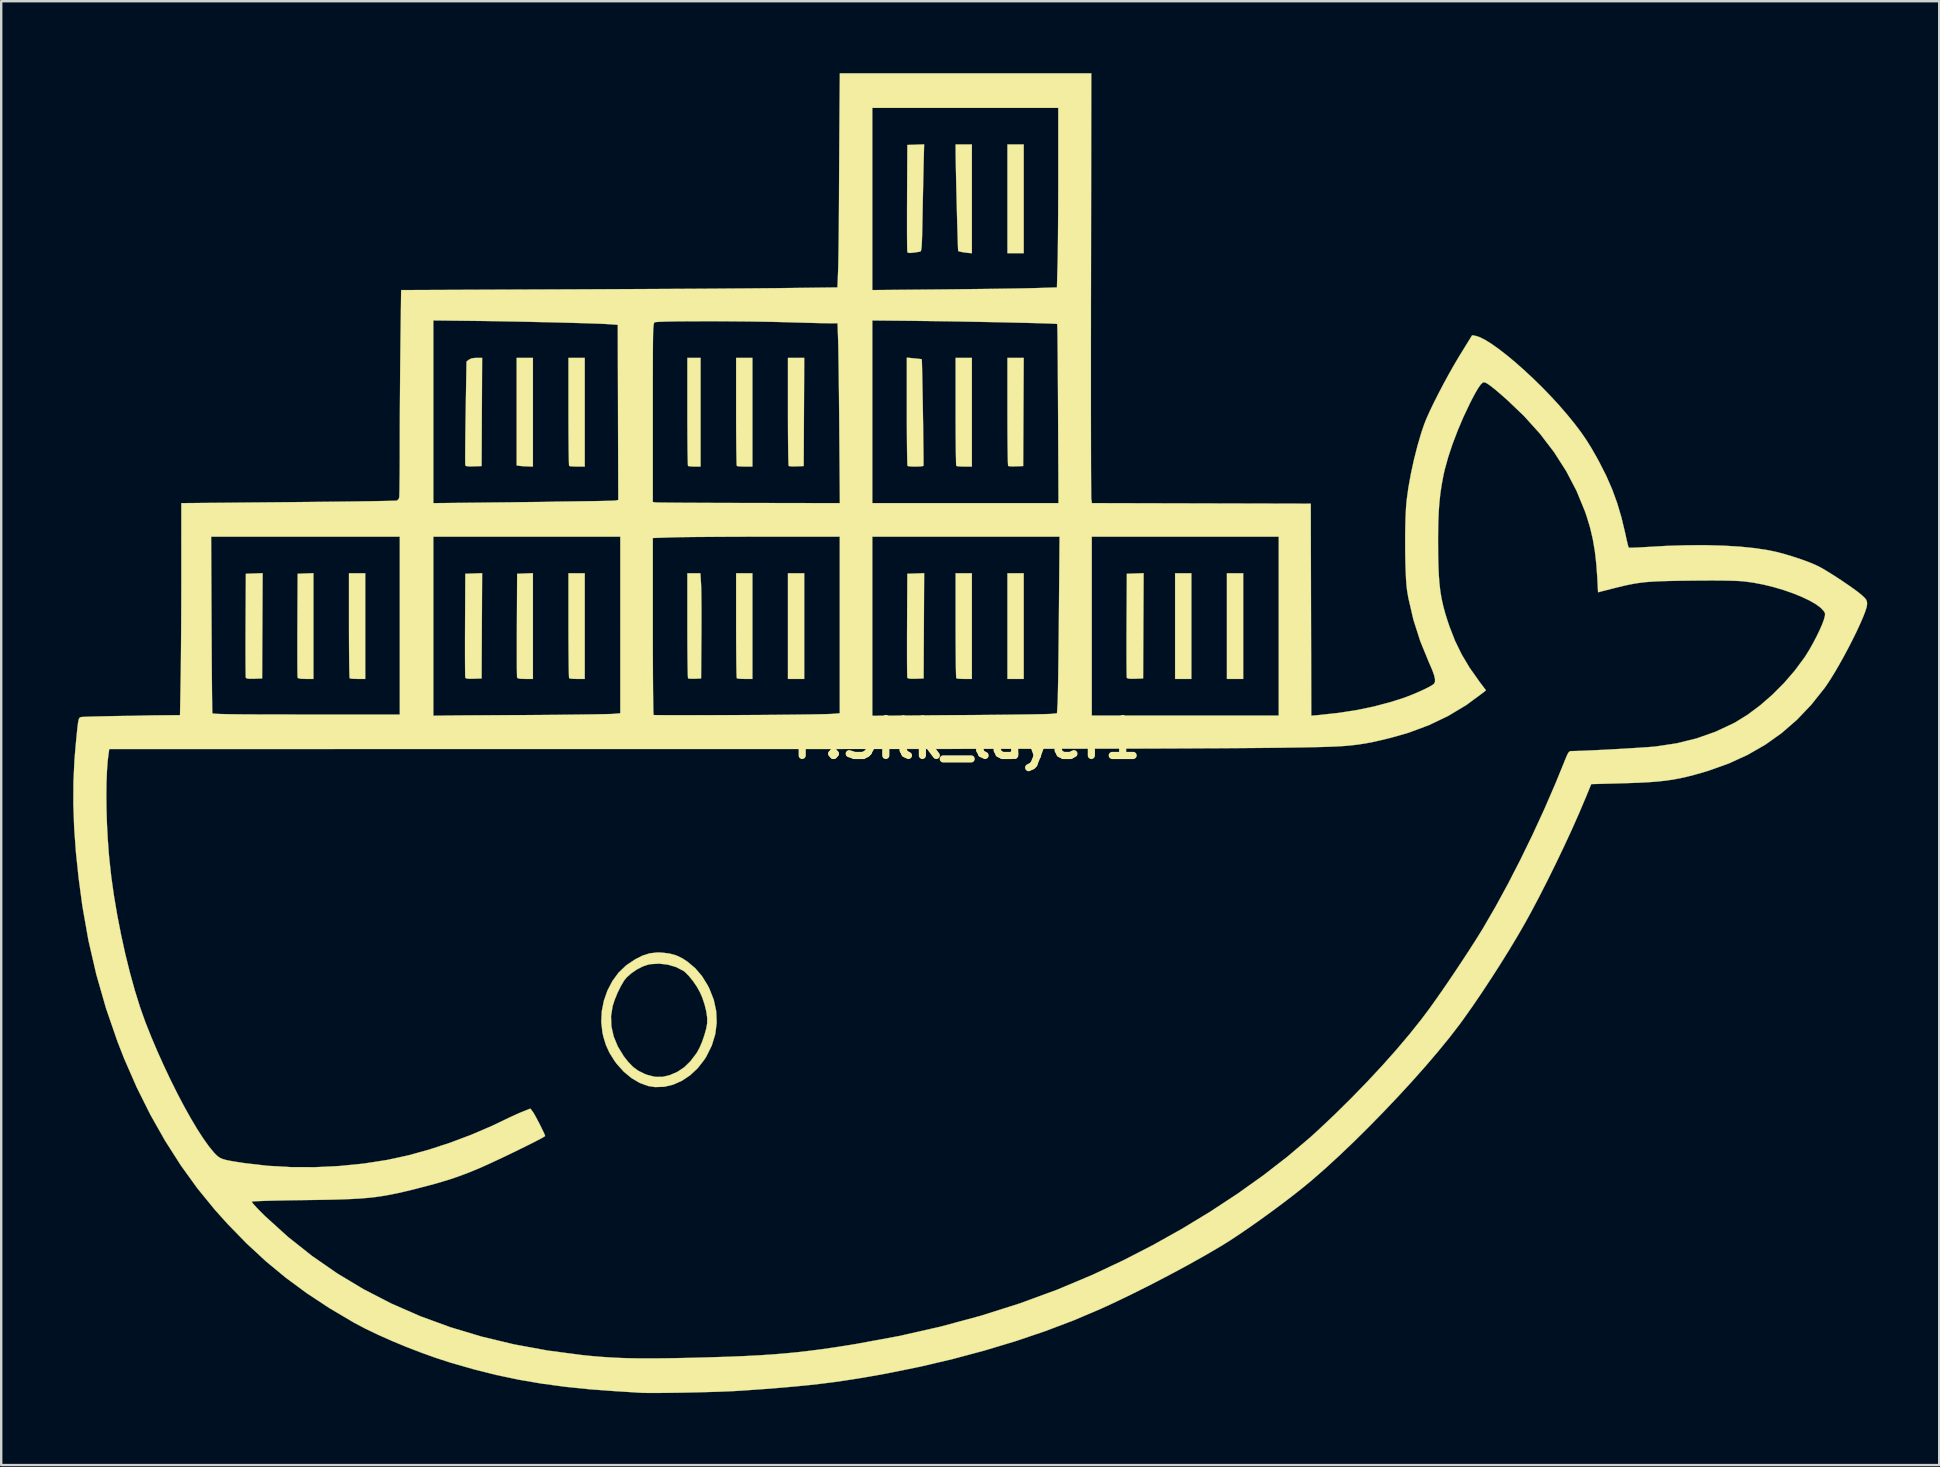
<source format=kicad_pcb>
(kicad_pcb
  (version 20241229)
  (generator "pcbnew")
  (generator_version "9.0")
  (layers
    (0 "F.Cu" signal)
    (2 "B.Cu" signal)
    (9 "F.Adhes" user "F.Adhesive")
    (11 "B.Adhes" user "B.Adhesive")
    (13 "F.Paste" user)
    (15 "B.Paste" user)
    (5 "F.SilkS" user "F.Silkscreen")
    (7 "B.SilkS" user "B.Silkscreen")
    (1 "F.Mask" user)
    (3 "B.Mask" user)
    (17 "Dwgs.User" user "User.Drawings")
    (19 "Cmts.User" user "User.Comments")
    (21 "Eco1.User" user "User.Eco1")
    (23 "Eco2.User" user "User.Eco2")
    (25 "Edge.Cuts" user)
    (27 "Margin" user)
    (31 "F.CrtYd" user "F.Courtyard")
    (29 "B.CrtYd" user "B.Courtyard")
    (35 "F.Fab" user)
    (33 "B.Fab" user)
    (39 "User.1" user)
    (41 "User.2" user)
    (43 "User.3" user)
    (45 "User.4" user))
  (footprint "F.Silk_layer1"
    (layer "F.Cu")
    (at 37.228 27.733)
    (property "Reference" "F.Silk_layer1" (at 0 0 0) (layer "F.SilkS") (effects (font (size 1.524 1.524) (thickness 0.3))))
    (attr through_hole)
    (fp_poly (pts (xy -6.773 -2.498) (xy -7.451 -2.498) (xy -7.451 -6.9) (xy -6.773 -6.9) (xy -6.773 -2.498)) (stroke (width 0.01) (type solid)) (fill yes) (layer "F.SilkS"))
    (fp_poly (pts (xy 2.371 -20.235) (xy 1.693 -20.235) (xy 1.693 -24.765) (xy 2.371 -24.765) (xy 2.371 -20.235)) (stroke (width 0.01) (type solid)) (fill yes) (layer "F.SilkS"))
    (fp_poly (pts (xy 2.371 -2.498) (xy 1.693 -2.498) (xy 1.693 -6.9) (xy 2.371 -6.9) (xy 2.371 -2.498)) (stroke (width 0.01) (type solid)) (fill yes) (layer "F.SilkS"))
    (fp_poly (pts (xy 9.356 -2.498) (xy 8.678 -2.498) (xy 8.678 -6.9) (xy 9.356 -6.9) (xy 9.356 -2.498)) (stroke (width 0.01) (type solid)) (fill yes) (layer "F.SilkS"))
    (fp_poly (pts (xy 11.515 -2.498) (xy 10.837 -2.498) (xy 10.837 -6.9) (xy 11.515 -6.9) (xy 11.515 -2.498)) (stroke (width 0.01) (type solid)) (fill yes) (layer "F.SilkS"))
    (fp_poly (pts (xy -18.076 -11.345) (xy -18.299 -11.352) (xy -18.452 -11.359) (xy -18.589 -11.37) (xy -18.637 -11.376) (xy -18.754 -11.393) (xy -18.754 -15.875) (xy -18.076 -15.875) (xy -18.076 -11.345)) (stroke (width 0.01) (type solid)) (fill yes) (layer "F.SilkS"))
    (fp_poly (pts (xy -11.091 -11.345) (xy -11.338 -11.345) (xy -11.476 -11.35) (xy -11.577 -11.361) (xy -11.613 -11.374) (xy -11.619 -11.42) (xy -11.624 -11.543) (xy -11.628 -11.735) (xy -11.633 -11.988) (xy -11.636 -12.294) (xy -11.639 -12.645) (xy -11.641 -13.033) (xy -11.642 -13.45) (xy -11.642 -13.638) (xy -11.642 -15.875) (xy -11.091 -15.875) (xy -11.091 -11.345)) (stroke (width 0.01) (type solid)) (fill yes) (layer "F.SilkS"))
    (fp_poly (pts (xy -27.22 -2.498) (xy -27.539 -2.498) (xy -27.732 -2.504) (xy -27.845 -2.525) (xy -27.878 -2.551) (xy -27.882 -2.602) (xy -27.885 -2.73) (xy -27.888 -2.926) (xy -27.889 -3.182) (xy -27.89 -3.49) (xy -27.89 -3.842) (xy -27.89 -4.228) (xy -27.888 -4.641) (xy -27.888 -4.741) (xy -27.877 -6.879) (xy -27.548 -6.892) (xy -27.22 -6.904) (xy -27.22 -2.498)) (stroke (width 0.01) (type solid)) (fill yes) (layer "F.SilkS"))
    (fp_poly (pts (xy -25.061 -2.498) (xy -25.372 -2.498) (xy -25.527 -2.501) (xy -25.647 -2.511) (xy -25.708 -2.524) (xy -25.71 -2.526) (xy -25.716 -2.572) (xy -25.721 -2.696) (xy -25.726 -2.887) (xy -25.73 -3.14) (xy -25.733 -3.445) (xy -25.736 -3.794) (xy -25.738 -4.179) (xy -25.739 -4.593) (xy -25.739 -4.727) (xy -25.739 -6.9) (xy -25.061 -6.9) (xy -25.061 -2.498)) (stroke (width 0.01) (type solid)) (fill yes) (layer "F.SilkS"))
    (fp_poly (pts (xy -18.076 -2.498) (xy -18.395 -2.498) (xy -18.588 -2.504) (xy -18.701 -2.525) (xy -18.734 -2.551) (xy -18.738 -2.602) (xy -18.741 -2.73) (xy -18.744 -2.926) (xy -18.745 -3.182) (xy -18.746 -3.49) (xy -18.746 -3.842) (xy -18.746 -4.228) (xy -18.744 -4.641) (xy -18.744 -4.741) (xy -18.733 -6.879) (xy -18.404 -6.892) (xy -18.076 -6.904) (xy -18.076 -2.498)) (stroke (width 0.01) (type solid)) (fill yes) (layer "F.SilkS"))
    (fp_poly (pts (xy -15.917 -11.345) (xy -16.228 -11.345) (xy -16.383 -11.349) (xy -16.503 -11.358) (xy -16.564 -11.372) (xy -16.566 -11.374) (xy -16.572 -11.42) (xy -16.577 -11.543) (xy -16.581 -11.735) (xy -16.586 -11.988) (xy -16.589 -12.294) (xy -16.592 -12.645) (xy -16.594 -13.033) (xy -16.595 -13.45) (xy -16.595 -13.638) (xy -16.595 -15.875) (xy -15.917 -15.875) (xy -15.917 -11.345)) (stroke (width 0.01) (type solid)) (fill yes) (layer "F.SilkS"))
    (fp_poly (pts (xy -15.917 -2.498) (xy -16.228 -2.498) (xy -16.383 -2.501) (xy -16.503 -2.511) (xy -16.564 -2.524) (xy -16.566 -2.526) (xy -16.572 -2.572) (xy -16.577 -2.696) (xy -16.582 -2.887) (xy -16.586 -3.14) (xy -16.589 -3.445) (xy -16.592 -3.794) (xy -16.594 -4.179) (xy -16.595 -4.593) (xy -16.595 -4.727) (xy -16.595 -6.9) (xy -15.917 -6.9) (xy -15.917 -2.498)) (stroke (width 0.01) (type solid)) (fill yes) (layer "F.SilkS"))
    (fp_poly (pts (xy -8.932 -11.345) (xy -9.243 -11.345) (xy -9.398 -11.349) (xy -9.518 -11.358) (xy -9.579 -11.372) (xy -9.581 -11.374) (xy -9.587 -11.42) (xy -9.592 -11.543) (xy -9.596 -11.735) (xy -9.601 -11.988) (xy -9.604 -12.294) (xy -9.607 -12.645) (xy -9.609 -13.033) (xy -9.61 -13.45) (xy -9.61 -13.638) (xy -9.61 -15.875) (xy -8.932 -15.875) (xy -8.932 -11.345)) (stroke (width 0.01) (type solid)) (fill yes) (layer "F.SilkS"))
    (fp_poly (pts (xy -8.932 -2.498) (xy -9.243 -2.498) (xy -9.398 -2.501) (xy -9.518 -2.511) (xy -9.579 -2.524) (xy -9.581 -2.526) (xy -9.587 -2.572) (xy -9.592 -2.696) (xy -9.597 -2.887) (xy -9.601 -3.14) (xy -9.604 -3.445) (xy -9.607 -3.794) (xy -9.609 -4.179) (xy -9.61 -4.593) (xy -9.61 -4.727) (xy -9.61 -6.9) (xy -8.932 -6.9) (xy -8.932 -2.498)) (stroke (width 0.01) (type solid)) (fill yes) (layer "F.SilkS"))
    (fp_poly (pts (xy -6.795 -11.367) (xy -7.093 -11.354) (xy -7.245 -11.352) (xy -7.362 -11.358) (xy -7.42 -11.371) (xy -7.421 -11.372) (xy -7.426 -11.419) (xy -7.432 -11.542) (xy -7.437 -11.735) (xy -7.441 -11.988) (xy -7.445 -12.294) (xy -7.448 -12.645) (xy -7.45 -13.033) (xy -7.451 -13.451) (xy -7.451 -13.638) (xy -7.451 -15.875) (xy -6.773 -15.875) (xy -6.795 -11.367)) (stroke (width 0.01) (type solid)) (fill yes) (layer "F.SilkS"))
    (fp_poly (pts (xy 0.212 -11.345) (xy -0.099 -11.345) (xy -0.254 -11.349) (xy -0.374 -11.358) (xy -0.435 -11.372) (xy -0.437 -11.374) (xy -0.443 -11.42) (xy -0.448 -11.543) (xy -0.452 -11.735) (xy -0.457 -11.988) (xy -0.46 -12.294) (xy -0.463 -12.645) (xy -0.465 -13.033) (xy -0.466 -13.45) (xy -0.466 -13.638) (xy -0.466 -15.875) (xy 0.212 -15.875) (xy 0.212 -11.345)) (stroke (width 0.01) (type solid)) (fill yes) (layer "F.SilkS"))
    (fp_poly (pts (xy 0.212 -2.498) (xy -0.099 -2.498) (xy -0.254 -2.501) (xy -0.374 -2.511) (xy -0.435 -2.524) (xy -0.437 -2.526) (xy -0.443 -2.572) (xy -0.448 -2.696) (xy -0.453 -2.887) (xy -0.457 -3.14) (xy -0.46 -3.445) (xy -0.463 -3.794) (xy -0.465 -4.179) (xy -0.466 -4.593) (xy -0.466 -4.727) (xy -0.466 -6.9) (xy 0.212 -6.9) (xy 0.212 -2.498)) (stroke (width 0.01) (type solid)) (fill yes) (layer "F.SilkS"))
    (fp_poly (pts (xy 2.349 -11.367) (xy 2.051 -11.354) (xy 1.899 -11.352) (xy 1.782 -11.358) (xy 1.724 -11.371) (xy 1.723 -11.372) (xy 1.718 -11.419) (xy 1.712 -11.542) (xy 1.707 -11.735) (xy 1.703 -11.988) (xy 1.699 -12.294) (xy 1.696 -12.645) (xy 1.694 -13.033) (xy 1.693 -13.451) (xy 1.693 -13.638) (xy 1.693 -15.875) (xy 2.371 -15.875) (xy 2.349 -11.367)) (stroke (width 0.01) (type solid)) (fill yes) (layer "F.SilkS"))
    (fp_poly (pts (xy -29.347 -4.711) (xy -29.358 -2.519) (xy -29.687 -2.506) (xy -29.871 -2.504) (xy -29.982 -2.515) (xy -30.033 -2.542) (xy -30.037 -2.549) (xy -30.04 -2.601) (xy -30.044 -2.729) (xy -30.046 -2.926) (xy -30.048 -3.182) (xy -30.049 -3.49) (xy -30.049 -3.842) (xy -30.049 -4.228) (xy -30.047 -4.642) (xy -30.047 -4.741) (xy -30.035 -6.879) (xy -29.686 -6.891) (xy -29.336 -6.904) (xy -29.347 -4.711)) (stroke (width 0.01) (type solid)) (fill yes) (layer "F.SilkS"))
    (fp_poly (pts (xy -20.203 -4.711) (xy -20.214 -2.519) (xy -20.543 -2.506) (xy -20.727 -2.504) (xy -20.838 -2.515) (xy -20.889 -2.542) (xy -20.893 -2.549) (xy -20.896 -2.601) (xy -20.9 -2.729) (xy -20.902 -2.926) (xy -20.904 -3.182) (xy -20.905 -3.49) (xy -20.905 -3.842) (xy -20.905 -4.228) (xy -20.903 -4.642) (xy -20.903 -4.741) (xy -20.892 -6.879) (xy -20.542 -6.891) (xy -20.192 -6.904) (xy -20.203 -4.711)) (stroke (width 0.01) (type solid)) (fill yes) (layer "F.SilkS"))
    (fp_poly (pts (xy -1.788 -4.711) (xy -1.799 -2.519) (xy -2.128 -2.506) (xy -2.312 -2.504) (xy -2.423 -2.515) (xy -2.474 -2.542) (xy -2.478 -2.549) (xy -2.481 -2.601) (xy -2.485 -2.729) (xy -2.487 -2.926) (xy -2.489 -3.182) (xy -2.49 -3.49) (xy -2.49 -3.842) (xy -2.49 -4.228) (xy -2.488 -4.642) (xy -2.488 -4.741) (xy -2.477 -6.879) (xy -2.127 -6.891) (xy -1.777 -6.904) (xy -1.788 -4.711)) (stroke (width 0.01) (type solid)) (fill yes) (layer "F.SilkS"))
    (fp_poly (pts (xy 7.356 -4.711) (xy 7.345 -2.519) (xy 7.016 -2.506) (xy 6.832 -2.504) (xy 6.721 -2.515) (xy 6.67 -2.542) (xy 6.666 -2.549) (xy 6.663 -2.601) (xy 6.659 -2.729) (xy 6.657 -2.926) (xy 6.655 -3.182) (xy 6.654 -3.49) (xy 6.654 -3.842) (xy 6.654 -4.228) (xy 6.656 -4.642) (xy 6.656 -4.741) (xy 6.668 -6.879) (xy 7.017 -6.891) (xy 7.367 -6.904) (xy 7.356 -4.711)) (stroke (width 0.01) (type solid)) (fill yes) (layer "F.SilkS"))
    (fp_poly (pts (xy -20.203 -13.621) (xy -20.214 -11.367) (xy -20.543 -11.354) (xy -20.726 -11.352) (xy -20.838 -11.363) (xy -20.888 -11.389) (xy -20.892 -11.396) (xy -20.895 -11.448) (xy -20.897 -11.577) (xy -20.898 -11.773) (xy -20.896 -12.03) (xy -20.894 -12.337) (xy -20.89 -12.689) (xy -20.885 -13.075) (xy -20.879 -13.489) (xy -20.878 -13.585) (xy -20.842 -15.719) (xy -20.746 -15.797) (xy -20.628 -15.854) (xy -20.452 -15.875) (xy -20.421 -15.875) (xy -20.192 -15.875) (xy -20.203 -13.621)) (stroke (width 0.01) (type solid)) (fill yes) (layer "F.SilkS"))
    (fp_poly (pts (xy -11.072 -6.466) (xy -11.066 -6.328) (xy -11.061 -6.116) (xy -11.058 -5.844) (xy -11.055 -5.523) (xy -11.054 -5.165) (xy -11.055 -4.782) (xy -11.056 -4.386) (xy -11.057 -4.276) (xy -11.07 -2.519) (xy -11.326 -2.506) (xy -11.466 -2.505) (xy -11.571 -2.512) (xy -11.612 -2.524) (xy -11.617 -2.571) (xy -11.623 -2.695) (xy -11.628 -2.887) (xy -11.632 -3.139) (xy -11.636 -3.444) (xy -11.639 -3.794) (xy -11.641 -4.18) (xy -11.642 -4.594) (xy -11.642 -4.727) (xy -11.642 -6.9) (xy -11.099 -6.9) (xy -11.072 -6.466)) (stroke (width 0.01) (type solid)) (fill yes) (layer "F.SilkS"))
    (fp_poly (pts (xy 0.212 -20.235) (xy 0.116 -20.241) (xy 0.014 -20.251) (xy -0.123 -20.27) (xy -0.158 -20.275) (xy -0.273 -20.298) (xy -0.347 -20.319) (xy -0.358 -20.325) (xy -0.362 -20.369) (xy -0.368 -20.488) (xy -0.374 -20.672) (xy -0.382 -20.912) (xy -0.391 -21.198) (xy -0.4 -21.52) (xy -0.409 -21.868) (xy -0.419 -22.233) (xy -0.428 -22.605) (xy -0.437 -22.975) (xy -0.445 -23.332) (xy -0.452 -23.667) (xy -0.458 -23.971) (xy -0.462 -24.234) (xy -0.465 -24.445) (xy -0.465 -24.564) (xy -0.466 -24.765) (xy 0.212 -24.765) (xy 0.212 -20.235)) (stroke (width 0.01) (type solid)) (fill yes) (layer "F.SilkS"))
    (fp_poly (pts (xy -1.8 -23.888) (xy -1.806 -23.609) (xy -1.814 -23.267) (xy -1.822 -22.882) (xy -1.831 -22.476) (xy -1.839 -22.069) (xy -1.846 -21.683) (xy -1.847 -21.665) (xy -1.854 -21.29) (xy -1.861 -20.99) (xy -1.869 -20.758) (xy -1.877 -20.585) (xy -1.887 -20.462) (xy -1.898 -20.38) (xy -1.912 -20.332) (xy -1.93 -20.309) (xy -1.942 -20.303) (xy -2.022 -20.287) (xy -2.151 -20.267) (xy -2.233 -20.256) (xy -2.374 -20.244) (xy -2.451 -20.256) (xy -2.477 -20.284) (xy -2.481 -20.337) (xy -2.484 -20.465) (xy -2.487 -20.662) (xy -2.489 -20.92) (xy -2.49 -21.229) (xy -2.49 -21.583) (xy -2.49 -21.972) (xy -2.488 -22.389) (xy -2.488 -22.543) (xy -2.477 -24.744) (xy -2.127 -24.756) (xy -1.778 -24.768) (xy -1.8 -23.888)) (stroke (width 0.01) (type solid)) (fill yes) (layer "F.SilkS"))
    (fp_poly (pts (xy -2.191 -15.853) (xy -2.041 -15.838) (xy -1.929 -15.825) (xy -1.878 -15.818) (xy -1.877 -15.817) (xy -1.873 -15.774) (xy -1.869 -15.656) (xy -1.864 -15.472) (xy -1.858 -15.232) (xy -1.852 -14.946) (xy -1.846 -14.624) (xy -1.839 -14.274) (xy -1.833 -13.907) (xy -1.827 -13.531) (xy -1.821 -13.158) (xy -1.816 -12.796) (xy -1.812 -12.454) (xy -1.808 -12.143) (xy -1.805 -11.872) (xy -1.803 -11.651) (xy -1.803 -11.489) (xy -1.804 -11.396) (xy -1.806 -11.377) (xy -1.855 -11.361) (xy -1.963 -11.351) (xy -2.103 -11.346) (xy -2.249 -11.347) (xy -2.375 -11.354) (xy -2.456 -11.367) (xy -2.469 -11.374) (xy -2.475 -11.42) (xy -2.48 -11.543) (xy -2.484 -11.735) (xy -2.489 -11.988) (xy -2.492 -12.294) (xy -2.495 -12.645) (xy -2.497 -13.034) (xy -2.498 -13.451) (xy -2.498 -13.643) (xy -2.498 -15.884) (xy -2.191 -15.853)) (stroke (width 0.01) (type solid)) (fill yes) (layer "F.SilkS"))
    (fp_poly (pts (xy -12.702 8.903) (xy -12.38 8.943) (xy -12.107 9.019) (xy -11.852 9.141) (xy -11.637 9.282) (xy -11.312 9.555) (xy -11.036 9.878) (xy -10.796 10.265) (xy -10.73 10.393) (xy -10.543 10.865) (xy -10.44 11.345) (xy -10.419 11.827) (xy -10.48 12.306) (xy -10.624 12.775) (xy -10.849 13.229) (xy -10.936 13.367) (xy -11.212 13.72) (xy -11.526 14.014) (xy -11.869 14.243) (xy -12.233 14.405) (xy -12.608 14.494) (xy -12.986 14.506) (xy -13.271 14.462) (xy -13.622 14.336) (xy -13.965 14.134) (xy -14.289 13.867) (xy -14.581 13.542) (xy -14.686 13.4) (xy -14.885 13.081) (xy -15.03 12.766) (xy -15.137 12.422) (xy -15.179 12.233) (xy -15.229 11.796) (xy -15.217 11.549) (xy -14.822 11.549) (xy -14.807 11.972) (xy -14.712 12.396) (xy -14.54 12.815) (xy -14.292 13.221) (xy -14.11 13.453) (xy -13.904 13.665) (xy -13.688 13.825) (xy -13.429 13.953) (xy -13.325 13.994) (xy -12.999 14.078) (xy -12.684 14.082) (xy -12.382 14.012) (xy -12.055 13.87) (xy -11.769 13.679) (xy -11.511 13.426) (xy -11.266 13.102) (xy -11.233 13.051) (xy -11.129 12.859) (xy -11.025 12.613) (xy -10.932 12.342) (xy -10.858 12.078) (xy -10.816 11.852) (xy -10.814 11.628) (xy -10.852 11.357) (xy -10.924 11.063) (xy -11.023 10.769) (xy -11.116 10.557) (xy -11.247 10.323) (xy -11.404 10.093) (xy -11.569 9.887) (xy -11.726 9.727) (xy -11.805 9.665) (xy -12.109 9.507) (xy -12.455 9.405) (xy -12.82 9.363) (xy -13.179 9.385) (xy -13.259 9.4) (xy -13.494 9.477) (xy -13.742 9.605) (xy -13.977 9.765) (xy -14.173 9.94) (xy -14.266 10.053) (xy -14.411 10.296) (xy -14.554 10.585) (xy -14.676 10.886) (xy -14.755 11.134) (xy -14.822 11.549) (xy -15.217 11.549) (xy -15.207 11.35) (xy -15.12 10.908) (xy -14.971 10.483) (xy -14.766 10.09) (xy -14.51 9.741) (xy -14.208 9.451) (xy -14.151 9.408) (xy -13.815 9.183) (xy -13.504 9.026) (xy -13.205 8.933) (xy -12.901 8.898) (xy -12.702 8.903)) (stroke (width 0.01) (type solid)) (fill yes) (layer "F.SilkS"))
    (fp_poly (pts (xy 5.174 -18.955) (xy 5.172 -18.097) (xy 5.172 -17.26) (xy 5.171 -16.448) (xy 5.171 -15.665) (xy 5.171 -14.916) (xy 5.171 -14.205) (xy 5.171 -13.534) (xy 5.172 -12.91) (xy 5.173 -12.334) (xy 5.174 -11.813) (xy 5.175 -11.348) (xy 5.177 -10.946) (xy 5.179 -10.609) (xy 5.181 -10.342) (xy 5.183 -10.149) (xy 5.185 -10.034) (xy 5.187 -10.001) (xy 5.212 -9.822) (xy 9.771 -9.811) (xy 14.33 -9.8) (xy 14.351 -0.965) (xy 14.658 -0.992) (xy 15.48 -1.082) (xy 16.241 -1.199) (xy 16.961 -1.349) (xy 17.661 -1.535) (xy 18.113 -1.677) (xy 18.342 -1.759) (xy 18.585 -1.854) (xy 18.826 -1.957) (xy 19.049 -2.059) (xy 19.24 -2.154) (xy 19.384 -2.236) (xy 19.464 -2.296) (xy 19.468 -2.3) (xy 19.505 -2.379) (xy 19.506 -2.492) (xy 19.471 -2.648) (xy 19.397 -2.857) (xy 19.281 -3.127) (xy 19.25 -3.196) (xy 18.892 -4.071) (xy 18.605 -4.969) (xy 18.396 -5.872) (xy 18.343 -6.181) (xy 18.319 -6.388) (xy 18.299 -6.665) (xy 18.284 -6.997) (xy 18.272 -7.371) (xy 18.265 -7.771) (xy 18.263 -8.184) (xy 18.265 -8.594) (xy 18.272 -8.987) (xy 18.284 -9.349) (xy 18.301 -9.665) (xy 18.322 -9.92) (xy 18.323 -9.927) (xy 18.396 -10.46) (xy 18.5 -11.036) (xy 18.628 -11.627) (xy 18.775 -12.207) (xy 18.934 -12.749) (xy 19.054 -13.102) (xy 19.151 -13.346) (xy 19.286 -13.648) (xy 19.452 -13.994) (xy 19.641 -14.37) (xy 19.847 -14.763) (xy 20.062 -15.158) (xy 20.279 -15.543) (xy 20.491 -15.903) (xy 20.548 -15.996) (xy 21.052 -16.815) (xy 21.192 -16.793) (xy 21.371 -16.736) (xy 21.599 -16.621) (xy 21.867 -16.453) (xy 22.169 -16.238) (xy 22.499 -15.982) (xy 22.849 -15.691) (xy 23.212 -15.37) (xy 23.582 -15.026) (xy 23.952 -14.665) (xy 24.315 -14.291) (xy 24.664 -13.912) (xy 24.992 -13.533) (xy 25.035 -13.483) (xy 25.33 -13.118) (xy 25.582 -12.786) (xy 25.805 -12.463) (xy 26.017 -12.124) (xy 26.234 -11.745) (xy 26.342 -11.547) (xy 26.638 -10.965) (xy 26.885 -10.4) (xy 27.094 -9.828) (xy 27.273 -9.225) (xy 27.431 -8.565) (xy 27.446 -8.492) (xy 27.489 -8.297) (xy 27.528 -8.134) (xy 27.558 -8.019) (xy 27.576 -7.97) (xy 27.576 -7.97) (xy 27.625 -7.964) (xy 27.743 -7.965) (xy 27.917 -7.971) (xy 28.132 -7.982) (xy 28.31 -7.993) (xy 29.172 -8.042) (xy 30 -8.067) (xy 30.789 -8.07) (xy 31.53 -8.05) (xy 32.216 -8.009) (xy 32.84 -7.945) (xy 33.394 -7.86) (xy 33.722 -7.791) (xy 34.041 -7.708) (xy 34.382 -7.606) (xy 34.722 -7.494) (xy 35.04 -7.379) (xy 35.315 -7.267) (xy 35.496 -7.182) (xy 35.686 -7.077) (xy 35.918 -6.937) (xy 36.177 -6.774) (xy 36.446 -6.598) (xy 36.708 -6.42) (xy 36.947 -6.252) (xy 37.145 -6.105) (xy 37.285 -5.99) (xy 37.403 -5.881) (xy 37.47 -5.799) (xy 37.5 -5.721) (xy 37.507 -5.622) (xy 37.507 -5.608) (xy 37.486 -5.483) (xy 37.426 -5.295) (xy 37.332 -5.056) (xy 37.209 -4.774) (xy 37.063 -4.46) (xy 36.898 -4.125) (xy 36.72 -3.778) (xy 36.533 -3.429) (xy 36.343 -3.089) (xy 36.156 -2.767) (xy 35.975 -2.474) (xy 35.807 -2.22) (xy 35.734 -2.117) (xy 35.18 -1.421) (xy 34.586 -0.798) (xy 33.949 -0.244) (xy 33.264 0.243) (xy 32.527 0.666) (xy 31.735 1.028) (xy 30.884 1.331) (xy 30.682 1.392) (xy 30.336 1.49) (xy 30.019 1.572) (xy 29.717 1.64) (xy 29.419 1.696) (xy 29.111 1.74) (xy 28.779 1.776) (xy 28.411 1.804) (xy 27.995 1.826) (xy 27.516 1.843) (xy 27.115 1.855) (xy 26.015 1.884) (xy 25.78 2.455) (xy 25.515 3.081) (xy 25.215 3.758) (xy 24.888 4.465) (xy 24.544 5.184) (xy 24.193 5.895) (xy 23.844 6.58) (xy 23.506 7.219) (xy 23.262 7.662) (xy 22.955 8.195) (xy 22.611 8.768) (xy 22.241 9.363) (xy 21.856 9.964) (xy 21.468 10.553) (xy 21.088 11.112) (xy 20.727 11.624) (xy 20.513 11.917) (xy 20.1 12.453) (xy 19.628 13.03) (xy 19.109 13.638) (xy 18.55 14.267) (xy 17.963 14.905) (xy 17.356 15.545) (xy 16.74 16.174) (xy 16.124 16.784) (xy 15.517 17.363) (xy 14.929 17.902) (xy 14.37 18.391) (xy 14.33 18.424) (xy 13.986 18.707) (xy 13.593 19.018) (xy 13.164 19.346) (xy 12.713 19.681) (xy 12.255 20.013) (xy 11.803 20.332) (xy 11.371 20.628) (xy 10.974 20.89) (xy 10.626 21.109) (xy 10.583 21.135) (xy 9.915 21.525) (xy 9.188 21.932) (xy 8.421 22.344) (xy 7.637 22.751) (xy 6.855 23.142) (xy 6.096 23.507) (xy 5.567 23.75) (xy 4.458 24.222) (xy 3.278 24.669) (xy 2.037 25.09) (xy 0.746 25.479) (xy -0.584 25.835) (xy -1.944 26.155) (xy -3.322 26.434) (xy -3.429 26.454) (xy -3.994 26.555) (xy -4.528 26.646) (xy -5.044 26.726) (xy -5.552 26.799) (xy -6.066 26.864) (xy -6.598 26.924) (xy -7.16 26.979) (xy -7.764 27.032) (xy -8.423 27.084) (xy -9.148 27.136) (xy -9.499 27.16) (xy -9.738 27.173) (xy -10.033 27.186) (xy -10.374 27.199) (xy -10.748 27.21) (xy -11.144 27.221) (xy -11.55 27.23) (xy -11.953 27.238) (xy -12.342 27.243) (xy -12.705 27.247) (xy -13.03 27.249) (xy -13.305 27.248) (xy -13.519 27.244) (xy -13.652 27.238) (xy -13.766 27.23) (xy -13.944 27.218) (xy -14.169 27.204) (xy -14.421 27.188) (xy -14.605 27.177) (xy -15.703 27.097) (xy -16.734 26.991) (xy -17.716 26.859) (xy -18.662 26.697) (xy -19.591 26.502) (xy -20.516 26.271) (xy -21.454 26.002) (xy -21.569 25.967) (xy -22.148 25.778) (xy -22.751 25.561) (xy -23.361 25.326) (xy -23.959 25.077) (xy -24.528 24.824) (xy -25.051 24.573) (xy -25.511 24.331) (xy -25.548 24.31) (xy -26.554 23.715) (xy -27.489 23.099) (xy -28.367 22.452) (xy -29.2 21.764) (xy -30.002 21.022) (xy -30.787 20.217) (xy -31.321 19.623) (xy -32.05 18.731) (xy -32.745 17.767) (xy -33.402 16.737) (xy -34.017 15.65) (xy -34.585 14.51) (xy -35.103 13.326) (xy -35.385 12.605) (xy -35.861 11.225) (xy -36.265 9.816) (xy -36.594 8.393) (xy -36.845 6.973) (xy -36.846 6.964) (xy -37 5.816) (xy -37.114 4.734) (xy -37.188 3.706) (xy -37.223 2.724) (xy -37.221 2.377) (xy -35.848 2.377) (xy -35.841 2.949) (xy -35.822 3.544) (xy -35.79 4.151) (xy -35.746 4.756) (xy -35.727 4.974) (xy -35.644 5.731) (xy -35.532 6.523) (xy -35.395 7.335) (xy -35.236 8.151) (xy -35.059 8.958) (xy -34.866 9.739) (xy -34.66 10.482) (xy -34.446 11.169) (xy -34.227 11.788) (xy -34.219 11.808) (xy -33.98 12.409) (xy -33.724 13.013) (xy -33.455 13.611) (xy -33.178 14.196) (xy -32.898 14.759) (xy -32.618 15.292) (xy -32.342 15.787) (xy -32.076 16.235) (xy -31.822 16.629) (xy -31.587 16.961) (xy -31.374 17.222) (xy -31.341 17.258) (xy -31.259 17.342) (xy -31.182 17.409) (xy -31.099 17.462) (xy -30.995 17.505) (xy -30.86 17.543) (xy -30.68 17.58) (xy -30.444 17.62) (xy -30.138 17.667) (xy -30.078 17.676) (xy -29.138 17.785) (xy -28.153 17.841) (xy -27.143 17.843) (xy -26.127 17.793) (xy -25.124 17.693) (xy -24.152 17.542) (xy -23.262 17.349) (xy -22.399 17.11) (xy -21.516 16.821) (xy -20.643 16.492) (xy -19.808 16.135) (xy -19.293 15.889) (xy -19.073 15.783) (xy -18.842 15.676) (xy -18.631 15.582) (xy -18.51 15.532) (xy -18.184 15.402) (xy -18.095 15.514) (xy -18.046 15.588) (xy -17.974 15.714) (xy -17.888 15.874) (xy -17.797 16.048) (xy -17.711 16.221) (xy -17.637 16.373) (xy -17.587 16.486) (xy -17.568 16.543) (xy -17.605 16.572) (xy -17.709 16.632) (xy -17.869 16.717) (xy -18.077 16.824) (xy -18.321 16.946) (xy -18.593 17.08) (xy -18.881 17.221) (xy -19.177 17.364) (xy -19.471 17.503) (xy -19.751 17.634) (xy -20.009 17.752) (xy -20.234 17.853) (xy -20.36 17.907) (xy -20.77 18.075) (xy -21.152 18.219) (xy -21.532 18.349) (xy -21.935 18.472) (xy -22.387 18.597) (xy -22.572 18.646) (xy -22.984 18.752) (xy -23.353 18.843) (xy -23.689 18.92) (xy -24.004 18.985) (xy -24.307 19.039) (xy -24.61 19.084) (xy -24.922 19.119) (xy -25.256 19.147) (xy -25.621 19.168) (xy -26.028 19.184) (xy -26.487 19.197) (xy -27.01 19.206) (xy -27.607 19.214) (xy -27.608 19.214) (xy -28.027 19.22) (xy -28.42 19.227) (xy -28.779 19.234) (xy -29.097 19.242) (xy -29.364 19.251) (xy -29.573 19.259) (xy -29.716 19.267) (xy -29.784 19.275) (xy -29.789 19.277) (xy -29.771 19.316) (xy -29.7 19.404) (xy -29.584 19.53) (xy -29.434 19.686) (xy -29.256 19.862) (xy -29.238 19.88) (xy -28.283 20.745) (xy -27.279 21.541) (xy -26.227 22.27) (xy -25.125 22.931) (xy -23.974 23.525) (xy -22.772 24.051) (xy -21.52 24.509) (xy -20.217 24.901) (xy -18.863 25.225) (xy -17.457 25.483) (xy -15.999 25.674) (xy -15.96 25.678) (xy -15.566 25.717) (xy -15.183 25.748) (xy -14.8 25.773) (xy -14.406 25.792) (xy -13.99 25.804) (xy -13.542 25.81) (xy -13.05 25.81) (xy -12.505 25.805) (xy -11.894 25.794) (xy -11.324 25.781) (xy -10.556 25.76) (xy -9.86 25.737) (xy -9.225 25.711) (xy -8.639 25.68) (xy -8.091 25.644) (xy -7.567 25.601) (xy -7.058 25.552) (xy -6.55 25.493) (xy -6.033 25.426) (xy -5.493 25.348) (xy -4.919 25.258) (xy -4.596 25.205) (xy -2.819 24.877) (xy -1.092 24.486) (xy 0.581 24.034) (xy 2.2 23.521) (xy 3.762 22.948) (xy 5.228 22.332) (xy 6.497 21.735) (xy 7.744 21.094) (xy 8.961 20.413) (xy 10.141 19.697) (xy 11.273 18.953) (xy 12.35 18.186) (xy 13.363 17.401) (xy 14.303 16.605) (xy 14.656 16.284) (xy 15.346 15.632) (xy 16.024 14.962) (xy 16.681 14.285) (xy 17.31 13.61) (xy 17.901 12.946) (xy 18.445 12.303) (xy 18.934 11.69) (xy 19.26 11.256) (xy 19.515 10.9) (xy 19.796 10.499) (xy 20.092 10.067) (xy 20.393 9.62) (xy 20.689 9.173) (xy 20.97 8.743) (xy 21.225 8.344) (xy 21.444 7.992) (xy 21.516 7.874) (xy 22.031 6.986) (xy 22.551 6.032) (xy 23.067 5.027) (xy 23.573 3.988) (xy 24.059 2.932) (xy 24.517 1.875) (xy 24.847 1.069) (xy 24.935 0.849) (xy 25 0.695) (xy 25.049 0.597) (xy 25.09 0.541) (xy 25.131 0.515) (xy 25.178 0.508) (xy 25.204 0.508) (xy 25.371 0.504) (xy 25.609 0.496) (xy 25.902 0.484) (xy 26.238 0.468) (xy 26.601 0.45) (xy 26.977 0.43) (xy 27.352 0.409) (xy 27.712 0.387) (xy 28.043 0.366) (xy 28.33 0.347) (xy 28.559 0.329) (xy 28.702 0.316) (xy 29.577 0.184) (xy 30.408 -0.021) (xy 31.196 -0.299) (xy 31.94 -0.648) (xy 32.014 -0.688) (xy 32.531 -1.007) (xy 33.052 -1.396) (xy 33.562 -1.84) (xy 34.048 -2.328) (xy 34.496 -2.846) (xy 34.891 -3.38) (xy 34.938 -3.45) (xy 35.087 -3.689) (xy 35.241 -3.96) (xy 35.39 -4.242) (xy 35.524 -4.517) (xy 35.632 -4.763) (xy 35.706 -4.961) (xy 35.713 -4.986) (xy 35.749 -5.121) (xy 35.757 -5.205) (xy 35.738 -5.27) (xy 35.713 -5.312) (xy 35.578 -5.46) (xy 35.371 -5.613) (xy 35.1 -5.768) (xy 34.778 -5.921) (xy 34.415 -6.068) (xy 34.021 -6.204) (xy 33.608 -6.326) (xy 33.185 -6.429) (xy 32.765 -6.51) (xy 32.374 -6.562) (xy 32.162 -6.578) (xy 31.875 -6.589) (xy 31.51 -6.596) (xy 31.067 -6.599) (xy 30.541 -6.597) (xy 30.157 -6.593) (xy 29.672 -6.587) (xy 29.26 -6.579) (xy 28.909 -6.569) (xy 28.606 -6.555) (xy 28.339 -6.536) (xy 28.097 -6.51) (xy 27.866 -6.477) (xy 27.636 -6.435) (xy 27.394 -6.383) (xy 27.128 -6.319) (xy 26.855 -6.25) (xy 26.299 -6.108) (xy 26.271 -6.663) (xy 26.228 -7.272) (xy 26.166 -7.819) (xy 26.08 -8.321) (xy 25.968 -8.8) (xy 25.824 -9.276) (xy 25.752 -9.483) (xy 25.403 -10.332) (xy 24.973 -11.155) (xy 24.464 -11.95) (xy 23.877 -12.717) (xy 23.212 -13.454) (xy 22.525 -14.11) (xy 22.242 -14.36) (xy 22.013 -14.555) (xy 21.834 -14.698) (xy 21.699 -14.793) (xy 21.602 -14.846) (xy 21.546 -14.859) (xy 21.482 -14.833) (xy 21.402 -14.753) (xy 21.304 -14.613) (xy 21.183 -14.407) (xy 21.036 -14.13) (xy 20.959 -13.978) (xy 20.691 -13.413) (xy 20.446 -12.836) (xy 20.229 -12.264) (xy 20.048 -11.715) (xy 19.908 -11.207) (xy 19.857 -10.979) (xy 19.787 -10.603) (xy 19.731 -10.236) (xy 19.69 -9.863) (xy 19.661 -9.465) (xy 19.643 -9.026) (xy 19.635 -8.529) (xy 19.634 -8.234) (xy 19.637 -7.699) (xy 19.647 -7.235) (xy 19.664 -6.831) (xy 19.691 -6.472) (xy 19.729 -6.146) (xy 19.781 -5.84) (xy 19.847 -5.542) (xy 19.929 -5.237) (xy 20.03 -4.914) (xy 20.108 -4.684) (xy 20.341 -4.085) (xy 20.618 -3.517) (xy 20.952 -2.958) (xy 21.354 -2.389) (xy 21.356 -2.385) (xy 21.629 -2.024) (xy 21.514 -1.93) (xy 20.811 -1.411) (xy 20.057 -0.958) (xy 19.25 -0.572) (xy 18.393 -0.253) (xy 17.661 -0.045) (xy 17.257 0.053) (xy 16.913 0.13) (xy 16.606 0.189) (xy 16.316 0.234) (xy 16.021 0.269) (xy 15.723 0.296) (xy 15.599 0.304) (xy 15.451 0.313) (xy 15.276 0.321) (xy 15.073 0.328) (xy 14.84 0.336) (xy 14.576 0.342) (xy 14.278 0.349) (xy 13.945 0.355) (xy 13.575 0.361) (xy 13.165 0.367) (xy 12.715 0.372) (xy 12.222 0.377) (xy 11.685 0.381) (xy 11.101 0.386) (xy 10.469 0.39) (xy 9.787 0.393) (xy 9.053 0.397) (xy 8.266 0.4) (xy 7.423 0.403) (xy 6.522 0.406) (xy 5.563 0.408) (xy 4.542 0.41) (xy 3.458 0.412) (xy 2.31 0.414) (xy 1.095 0.416) (xy -0.188 0.417) (xy -1.541 0.419) (xy -2.967 0.42) (xy -4.466 0.42) (xy -6.041 0.421) (xy -7.694 0.422) (xy -9.426 0.422) (xy -11.239 0.422) (xy -12.899 0.422) (xy -35.725 0.423) (xy -35.747 0.561) (xy -35.792 0.92) (xy -35.823 1.35) (xy -35.842 1.84) (xy -35.848 2.377) (xy -37.221 2.377) (xy -37.218 1.779) (xy -37.174 0.859) (xy -37.131 0.339) (xy -37.098 -0.012) (xy -37.071 -0.288) (xy -37.049 -0.498) (xy -37.029 -0.652) (xy -37.011 -0.759) (xy -36.992 -0.829) (xy -36.971 -0.87) (xy -36.947 -0.892) (xy -36.916 -0.904) (xy -36.903 -0.908) (xy -36.843 -0.914) (xy -36.706 -0.921) (xy -36.503 -0.928) (xy -36.241 -0.935) (xy -35.929 -0.942) (xy -35.577 -0.949) (xy -35.192 -0.956) (xy -34.794 -0.961) (xy -32.779 -0.986) (xy -32.752 -2.472) (xy -32.747 -2.782) (xy -32.742 -3.163) (xy -32.738 -3.605) (xy -32.734 -4.095) (xy -32.731 -4.621) (xy -32.728 -5.169) (xy -32.726 -5.729) (xy -32.724 -6.287) (xy -32.724 -6.832) (xy -32.724 -6.89) (xy -32.724 -8.424) (xy -31.482 -8.424) (xy -31.465 -4.773) (xy -31.462 -4.224) (xy -31.459 -3.698) (xy -31.456 -3.203) (xy -31.453 -2.744) (xy -31.449 -2.327) (xy -31.446 -1.959) (xy -31.442 -1.647) (xy -31.439 -1.395) (xy -31.436 -1.211) (xy -31.433 -1.1) (xy -31.431 -1.069) (xy -31.412 -1.06) (xy -31.358 -1.051) (xy -31.266 -1.044) (xy -31.131 -1.038) (xy -30.948 -1.033) (xy -30.713 -1.028) (xy -30.422 -1.024) (xy -30.071 -1.021) (xy -29.656 -1.019) (xy -29.171 -1.018) (xy -28.613 -1.017) (xy -27.978 -1.016) (xy -27.518 -1.016) (xy -23.622 -1.016) (xy -23.622 -8.424) (xy -22.225 -8.424) (xy -22.225 -0.963) (xy -18.616 -0.989) (xy -18.063 -0.994) (xy -17.53 -0.998) (xy -17.022 -1.003) (xy -16.547 -1.009) (xy -16.112 -1.014) (xy -15.723 -1.019) (xy -15.387 -1.025) (xy -15.111 -1.03) (xy -14.902 -1.035) (xy -14.766 -1.039) (xy -14.721 -1.042) (xy -14.436 -1.068) (xy -14.436 -8.369) (xy -13.081 -8.369) (xy -13.081 -4.699) (xy -13.081 -4.149) (xy -13.08 -3.623) (xy -13.078 -3.128) (xy -13.076 -2.669) (xy -13.073 -2.253) (xy -13.07 -1.885) (xy -13.066 -1.573) (xy -13.062 -1.322) (xy -13.058 -1.138) (xy -13.053 -1.028) (xy -13.049 -0.997) (xy -13.003 -0.992) (xy -12.88 -0.989) (xy -12.687 -0.986) (xy -12.432 -0.984) (xy -12.121 -0.983) (xy -11.763 -0.983) (xy -11.365 -0.983) (xy -10.934 -0.984) (xy -10.478 -0.986) (xy -10.003 -0.988) (xy -9.518 -0.991) (xy -9.03 -0.994) (xy -8.546 -0.997) (xy -8.074 -1.001) (xy -7.621 -1.006) (xy -7.194 -1.01) (xy -6.802 -1.015) (xy -6.45 -1.02) (xy -6.148 -1.026) (xy -5.901 -1.031) (xy -5.718 -1.036) (xy -5.606 -1.042) (xy -5.599 -1.042) (xy -5.292 -1.068) (xy -5.292 -8.424) (xy -3.937 -8.424) (xy -3.937 -0.962) (xy -0.328 -0.989) (xy 0.223 -0.993) (xy 0.754 -0.998) (xy 1.259 -1.003) (xy 1.73 -1.008) (xy 2.161 -1.014) (xy 2.544 -1.019) (xy 2.875 -1.025) (xy 3.145 -1.03) (xy 3.348 -1.035) (xy 3.477 -1.039) (xy 3.519 -1.042) (xy 3.757 -1.068) (xy 3.783 -1.476) (xy 3.788 -1.584) (xy 3.793 -1.769) (xy 3.798 -2.023) (xy 3.804 -2.34) (xy 3.81 -2.711) (xy 3.815 -3.129) (xy 3.821 -3.586) (xy 3.827 -4.074) (xy 3.832 -4.587) (xy 3.837 -5.117) (xy 3.837 -5.154) (xy 3.865 -8.424) (xy 5.207 -8.424) (xy 5.207 -0.974) (xy 12.996 -0.974) (xy 12.996 -8.424) (xy 5.207 -8.424) (xy 3.865 -8.424) (xy -3.937 -8.424) (xy -5.292 -8.424) (xy -8.393 -8.424) (xy -8.922 -8.424) (xy -9.446 -8.423) (xy -9.955 -8.421) (xy -10.439 -8.418) (xy -10.89 -8.415) (xy -11.299 -8.412) (xy -11.656 -8.408) (xy -11.953 -8.404) (xy -12.18 -8.399) (xy -12.287 -8.396) (xy -13.081 -8.369) (xy -14.436 -8.369) (xy -14.436 -8.424) (xy -22.225 -8.424) (xy -23.622 -8.424) (xy -31.482 -8.424) (xy -32.724 -8.424) (xy -32.724 -9.821) (xy -22.225 -9.821) (xy -22.13 -9.822) (xy -22.074 -9.823) (xy -21.94 -9.824) (xy -21.733 -9.826) (xy -21.461 -9.83) (xy -21.13 -9.833) (xy -20.746 -9.838) (xy -20.315 -9.842) (xy -19.843 -9.848) (xy -19.338 -9.853) (xy -18.805 -9.859) (xy -18.394 -9.864) (xy -17.844 -9.87) (xy -17.316 -9.877) (xy -16.817 -9.884) (xy -16.354 -9.891) (xy -15.932 -9.898) (xy -15.558 -9.904) (xy -15.239 -9.911) (xy -14.981 -9.917) (xy -14.79 -9.922) (xy -14.672 -9.927) (xy -14.637 -9.93) (xy -14.52 -9.955) (xy -14.531 -13.603) (xy -14.531 -13.701) (xy -13.081 -13.701) (xy -13.081 -9.869) (xy -12.965 -9.852) (xy -12.906 -9.849) (xy -12.768 -9.846) (xy -12.559 -9.844) (xy -12.284 -9.841) (xy -11.949 -9.838) (xy -11.56 -9.836) (xy -11.124 -9.834) (xy -10.648 -9.832) (xy -10.137 -9.83) (xy -9.597 -9.829) (xy -9.068 -9.828) (xy -5.288 -9.821) (xy -3.937 -9.821) (xy 3.82 -9.821) (xy 3.803 -13.545) (xy 3.8 -14.098) (xy 3.797 -14.628) (xy 3.794 -15.127) (xy 3.791 -15.589) (xy 3.787 -16.008) (xy 3.783 -16.379) (xy 3.78 -16.695) (xy 3.776 -16.949) (xy 3.772 -17.137) (xy 3.769 -17.251) (xy 3.766 -17.287) (xy 3.72 -17.292) (xy 3.597 -17.298) (xy 3.404 -17.306) (xy 3.149 -17.314) (xy 2.839 -17.323) (xy 2.481 -17.332) (xy 2.083 -17.341) (xy 1.652 -17.351) (xy 1.197 -17.361) (xy 0.723 -17.37) (xy 0.239 -17.379) (xy -0.248 -17.388) (xy -0.73 -17.396) (xy -1.2 -17.403) (xy -1.652 -17.409) (xy -2.076 -17.414) (xy -2.212 -17.416) (xy -3.937 -17.433) (xy -3.937 -9.821) (xy -5.288 -9.821) (xy -5.312 -12.88) (xy -5.316 -13.403) (xy -5.321 -13.917) (xy -5.326 -14.414) (xy -5.332 -14.885) (xy -5.337 -15.32) (xy -5.343 -15.712) (xy -5.348 -16.051) (xy -5.353 -16.329) (xy -5.358 -16.536) (xy -5.361 -16.626) (xy -5.385 -17.314) (xy -5.751 -17.316) (xy -5.888 -17.317) (xy -6.096 -17.321) (xy -6.358 -17.328) (xy -6.662 -17.335) (xy -6.993 -17.344) (xy -7.335 -17.354) (xy -7.408 -17.357) (xy -7.788 -17.367) (xy -8.202 -17.376) (xy -8.64 -17.383) (xy -9.096 -17.39) (xy -9.562 -17.394) (xy -10.028 -17.398) (xy -10.488 -17.4) (xy -10.933 -17.4) (xy -11.355 -17.399) (xy -11.746 -17.397) (xy -12.098 -17.394) (xy -12.404 -17.389) (xy -12.655 -17.382) (xy -12.842 -17.374) (xy -12.959 -17.365) (xy -12.995 -17.358) (xy -13.01 -17.349) (xy -13.023 -17.335) (xy -13.034 -17.311) (xy -13.044 -17.272) (xy -13.052 -17.213) (xy -13.059 -17.128) (xy -13.065 -17.012) (xy -13.07 -16.86) (xy -13.073 -16.666) (xy -13.076 -16.425) (xy -13.078 -16.132) (xy -13.079 -15.782) (xy -13.08 -15.369) (xy -13.081 -14.888) (xy -13.081 -14.334) (xy -13.081 -13.701) (xy -14.531 -13.701) (xy -14.541 -17.251) (xy -14.901 -17.277) (xy -15.051 -17.286) (xy -15.277 -17.296) (xy -15.569 -17.306) (xy -15.92 -17.318) (xy -16.319 -17.329) (xy -16.758 -17.341) (xy -17.228 -17.353) (xy -17.72 -17.364) (xy -18.225 -17.375) (xy -18.735 -17.386) (xy -19.239 -17.395) (xy -19.73 -17.404) (xy -20.198 -17.411) (xy -20.585 -17.415) (xy -22.225 -17.434) (xy -22.225 -9.821) (xy -32.724 -9.821) (xy -32.607 -9.822) (xy -32.55 -9.823) (xy -32.413 -9.824) (xy -32.203 -9.826) (xy -31.926 -9.829) (xy -31.588 -9.832) (xy -31.194 -9.835) (xy -30.75 -9.839) (xy -30.262 -9.844) (xy -29.735 -9.849) (xy -29.177 -9.854) (xy -28.591 -9.859) (xy -28.149 -9.863) (xy -27.549 -9.869) (xy -26.972 -9.875) (xy -26.424 -9.881) (xy -25.911 -9.887) (xy -25.438 -9.893) (xy -25.011 -9.899) (xy -24.637 -9.905) (xy -24.319 -9.911) (xy -24.065 -9.916) (xy -23.88 -9.921) (xy -23.77 -9.926) (xy -23.74 -9.928) (xy -23.676 -9.987) (xy -23.648 -10.047) (xy -23.643 -10.106) (xy -23.638 -10.242) (xy -23.634 -10.445) (xy -23.631 -10.708) (xy -23.627 -11.021) (xy -23.625 -11.377) (xy -23.623 -11.766) (xy -23.623 -12.181) (xy -23.623 -12.259) (xy -23.622 -12.774) (xy -23.62 -13.352) (xy -23.617 -13.968) (xy -23.612 -14.601) (xy -23.608 -15.227) (xy -23.602 -15.825) (xy -23.596 -16.37) (xy -23.594 -16.539) (xy -23.566 -18.698) (xy -16.683 -18.726) (xy -15.884 -18.729) (xy -15.083 -18.733) (xy -14.286 -18.737) (xy -13.5 -18.741) (xy -12.731 -18.745) (xy -11.986 -18.749) (xy -11.271 -18.753) (xy -10.593 -18.757) (xy -9.959 -18.762) (xy -9.374 -18.766) (xy -8.847 -18.77) (xy -8.382 -18.774) (xy -7.987 -18.777) (xy -7.669 -18.781) (xy -7.595 -18.782) (xy -5.389 -18.809) (xy -5.362 -19.491) (xy -5.356 -19.665) (xy -5.351 -19.914) (xy -5.345 -20.226) (xy -5.34 -20.589) (xy -5.335 -20.994) (xy -5.331 -21.43) (xy -5.328 -21.885) (xy -5.325 -22.349) (xy -5.324 -22.521) (xy -5.322 -23.019) (xy -5.319 -23.54) (xy -5.316 -24.068) (xy -5.313 -24.588) (xy -5.31 -25.085) (xy -5.307 -25.543) (xy -5.304 -25.948) (xy -5.302 -26.285) (xy -5.302 -26.289) (xy -3.937 -26.289) (xy -3.937 -18.698) (xy -0.984 -18.726) (xy -0.462 -18.731) (xy 0.057 -18.737) (xy 0.564 -18.743) (xy 1.049 -18.749) (xy 1.502 -18.756) (xy 1.913 -18.762) (xy 2.272 -18.768) (xy 2.57 -18.774) (xy 2.797 -18.78) (xy 2.862 -18.781) (xy 3.755 -18.809) (xy 3.782 -19.762) (xy 3.787 -19.976) (xy 3.792 -20.264) (xy 3.796 -20.616) (xy 3.8 -21.02) (xy 3.803 -21.468) (xy 3.806 -21.947) (xy 3.808 -22.447) (xy 3.81 -22.959) (xy 3.81 -23.47) (xy 3.81 -23.502) (xy 3.81 -26.289) (xy -3.937 -26.289) (xy -5.302 -26.289) (xy -5.302 -26.3) (xy -5.289 -27.728) (xy 5.186 -27.728) (xy 5.174 -18.955)) (stroke (width 0.01) (type solid)) (fill yes) (layer "F.SilkS")))
  (gr_rect
    (start -3 -3)
    (end 77.74 57.987)
    (stroke (width 0.1) (type default))
    (fill no)
    (layer "Edge.Cuts")))
</source>
